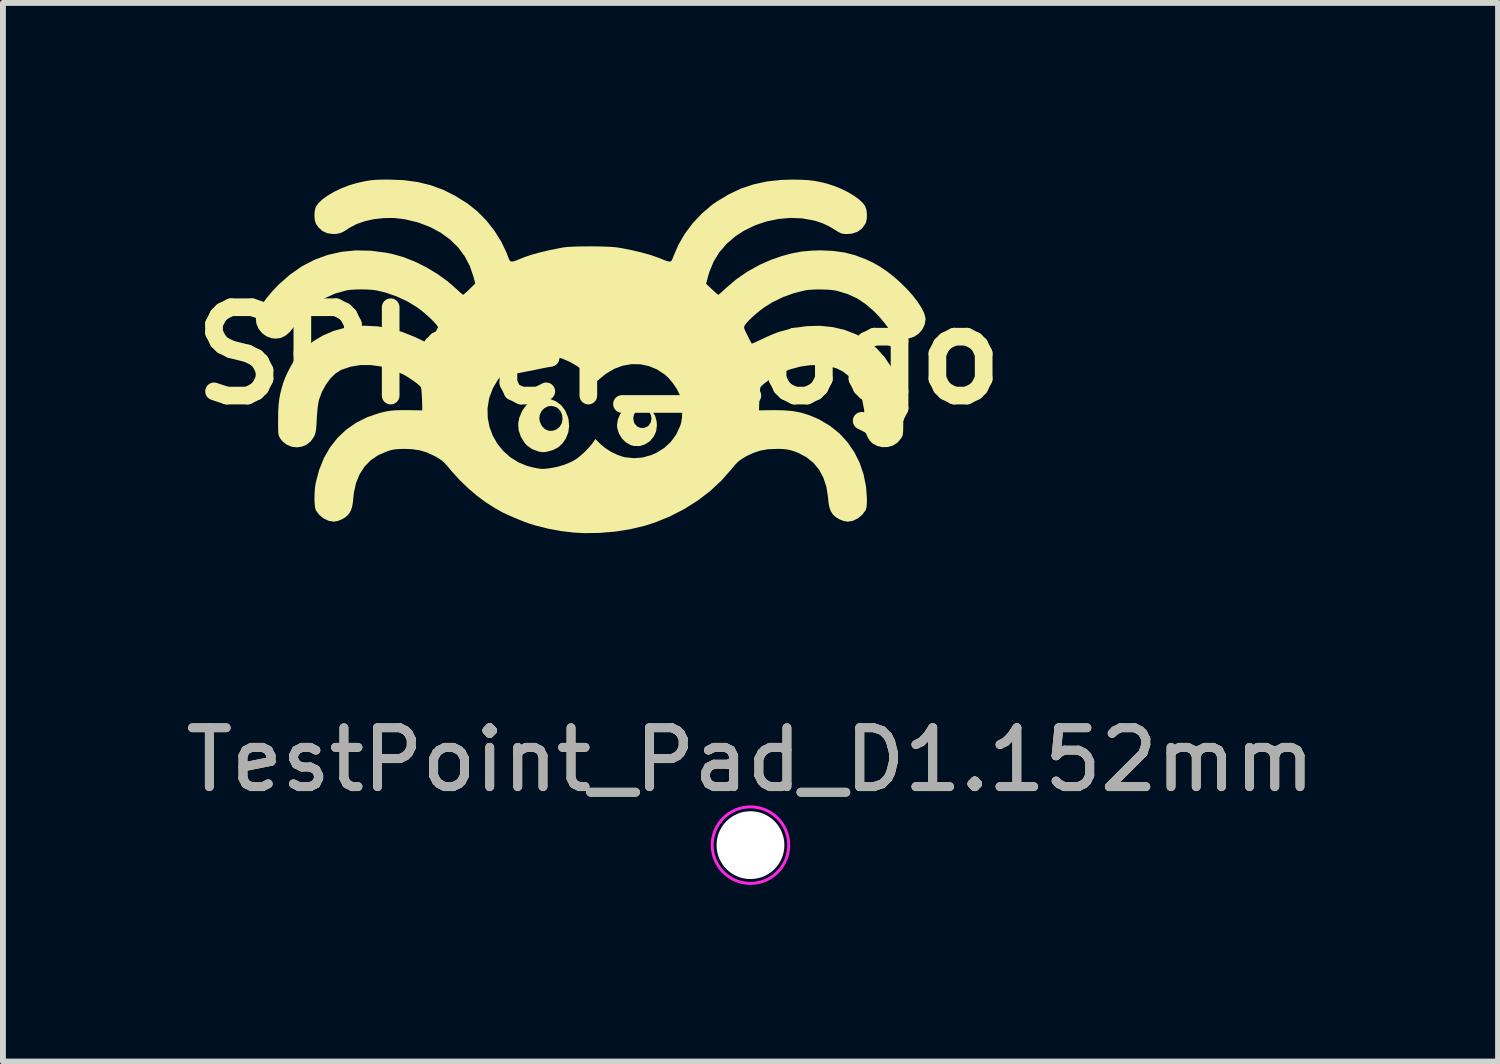
<source format=kicad_pcb>
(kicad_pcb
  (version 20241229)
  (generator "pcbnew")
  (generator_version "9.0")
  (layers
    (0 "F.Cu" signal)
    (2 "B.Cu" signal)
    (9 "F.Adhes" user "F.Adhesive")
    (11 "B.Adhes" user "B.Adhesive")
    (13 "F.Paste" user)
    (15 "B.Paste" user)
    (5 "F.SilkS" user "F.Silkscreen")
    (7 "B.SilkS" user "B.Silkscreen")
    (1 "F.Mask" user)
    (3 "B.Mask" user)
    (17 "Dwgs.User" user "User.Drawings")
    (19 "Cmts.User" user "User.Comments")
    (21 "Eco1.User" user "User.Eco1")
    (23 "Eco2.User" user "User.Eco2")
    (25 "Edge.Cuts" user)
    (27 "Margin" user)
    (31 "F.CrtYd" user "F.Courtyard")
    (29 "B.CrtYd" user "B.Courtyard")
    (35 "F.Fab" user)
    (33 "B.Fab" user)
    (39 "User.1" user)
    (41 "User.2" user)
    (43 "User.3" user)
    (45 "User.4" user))
  (footprint "SPIder_Logo"
    (layer "F.Cu")
    (at 7.121 2.99)
    (property "Reference" "SPIder_Logo" (at 0 0 0) (layer "F.SilkS") (effects (font (size 1.5 1.5) (thickness 0.3))))
    (attr board_only exclude_from_pos_files exclude_from_bom)
    (fp_poly (pts (xy 0.739 0.833) (xy 0.806 0.856) (xy 0.82 0.865) (xy 0.902 0.936) (xy 0.955 1.021) (xy 0.982 1.121) (xy 0.986 1.182) (xy 0.973 1.285) (xy 0.934 1.373) (xy 0.867 1.451) (xy 0.867 1.452) (xy 0.783 1.508) (xy 0.693 1.536) (xy 0.598 1.535) (xy 0.543 1.521) (xy 0.462 1.476) (xy 0.393 1.408) (xy 0.342 1.325) (xy 0.313 1.233) (xy 0.308 1.18) (xy 0.322 1.087) (xy 0.332 1.063) (xy 0.584 1.063) (xy 0.596 1.13) (xy 0.607 1.154) (xy 0.65 1.203) (xy 0.706 1.228) (xy 0.767 1.229) (xy 0.825 1.204) (xy 0.847 1.186) (xy 0.882 1.132) (xy 0.894 1.074) (xy 0.886 1.016) (xy 0.86 0.964) (xy 0.821 0.924) (xy 0.77 0.901) (xy 0.711 0.901) (xy 0.69 0.908) (xy 0.634 0.944) (xy 0.597 0.998) (xy 0.584 1.063) (xy 0.332 1.063) (xy 0.36 0.998) (xy 0.416 0.92) (xy 0.488 0.862) (xy 0.509 0.85) (xy 0.578 0.829) (xy 0.659 0.824)) (stroke (width 0) (type solid)) (fill yes) (layer "F.SilkS"))
    (fp_poly (pts (xy -0.823 0.738) (xy -0.723 0.779) (xy -0.638 0.844) (xy -0.572 0.932) (xy -0.526 1.041) (xy -0.514 1.088) (xy -0.505 1.199) (xy -0.52 1.306) (xy -0.559 1.405) (xy -0.617 1.491) (xy -0.692 1.559) (xy -0.782 1.605) (xy -0.793 1.608) (xy -0.863 1.628) (xy -0.914 1.638) (xy -0.957 1.639) (xy -1.001 1.633) (xy -1.026 1.627) (xy -1.134 1.588) (xy -1.221 1.526) (xy -1.26 1.483) (xy -1.326 1.375) (xy -1.363 1.264) (xy -1.37 1.153) (xy -1.355 1.074) (xy -1.011 1.074) (xy -1.003 1.118) (xy -0.969 1.194) (xy -0.919 1.247) (xy -0.856 1.276) (xy -0.786 1.277) (xy -0.723 1.255) (xy -0.667 1.211) (xy -0.631 1.151) (xy -0.617 1.082) (xy -0.623 1.011) (xy -0.649 0.946) (xy -0.696 0.894) (xy -0.73 0.873) (xy -0.8 0.854) (xy -0.867 0.862) (xy -0.926 0.893) (xy -0.973 0.941) (xy -1.003 1.003) (xy -1.011 1.074) (xy -1.355 1.074) (xy -1.352 1.056) (xy -1.302 0.937) (xy -1.236 0.845) (xy -1.153 0.779) (xy -1.054 0.739) (xy -0.939 0.725) (xy -0.936 0.725)) (stroke (width 0) (type solid)) (fill yes) (layer "F.SilkS"))
    (fp_poly (pts (xy -3.31 -2.98) (xy -3.075 -2.948) (xy -2.854 -2.894) (xy -2.642 -2.816) (xy -2.435 -2.711) (xy -2.227 -2.581) (xy -2.063 -2.45) (xy -1.91 -2.295) (xy -1.774 -2.122) (xy -1.657 -1.936) (xy -1.566 -1.744) (xy -1.542 -1.68) (xy -1.523 -1.632) (xy -1.507 -1.607) (xy -1.488 -1.598) (xy -1.473 -1.598) (xy -1.432 -1.606) (xy -1.386 -1.623) (xy -1.384 -1.624) (xy -1.274 -1.669) (xy -1.148 -1.712) (xy -1.003 -1.752) (xy -0.834 -1.792) (xy -0.639 -1.831) (xy -0.609 -1.837) (xy -0.553 -1.844) (xy -0.472 -1.849) (xy -0.373 -1.853) (xy -0.261 -1.855) (xy -0.143 -1.856) (xy -0.024 -1.855) (xy 0.089 -1.852) (xy 0.19 -1.848) (xy 0.272 -1.842) (xy 0.324 -1.836) (xy 0.523 -1.799) (xy 0.711 -1.756) (xy 0.882 -1.708) (xy 1.031 -1.656) (xy 1.107 -1.624) (xy 1.153 -1.607) (xy 1.194 -1.598) (xy 1.196 -1.598) (xy 1.219 -1.6) (xy 1.236 -1.615) (xy 1.253 -1.649) (xy 1.264 -1.68) (xy 1.349 -1.878) (xy 1.46 -2.069) (xy 1.595 -2.25) (xy 1.75 -2.414) (xy 1.92 -2.559) (xy 2 -2.615) (xy 2.206 -2.739) (xy 2.414 -2.837) (xy 2.629 -2.909) (xy 2.854 -2.958) (xy 3.095 -2.984) (xy 3.291 -2.99) (xy 3.435 -2.987) (xy 3.558 -2.98) (xy 3.667 -2.967) (xy 3.773 -2.947) (xy 3.869 -2.923) (xy 3.996 -2.882) (xy 4.119 -2.832) (xy 4.235 -2.774) (xy 4.338 -2.712) (xy 4.425 -2.648) (xy 4.49 -2.585) (xy 4.527 -2.53) (xy 4.546 -2.469) (xy 4.553 -2.395) (xy 4.55 -2.32) (xy 4.535 -2.257) (xy 4.528 -2.242) (xy 4.47 -2.16) (xy 4.395 -2.104) (xy 4.303 -2.073) (xy 4.216 -2.065) (xy 4.162 -2.067) (xy 4.121 -2.075) (xy 4.079 -2.094) (xy 4.026 -2.126) (xy 4.022 -2.129) (xy 3.91 -2.196) (xy 3.804 -2.246) (xy 3.693 -2.284) (xy 3.645 -2.297) (xy 3.454 -2.331) (xy 3.253 -2.339) (xy 3.05 -2.321) (xy 2.848 -2.279) (xy 2.653 -2.213) (xy 2.469 -2.124) (xy 2.323 -2.03) (xy 2.171 -1.9) (xy 2.047 -1.756) (xy 1.949 -1.597) (xy 1.877 -1.421) (xy 1.858 -1.358) (xy 1.822 -1.22) (xy 1.921 -1.126) (xy 1.966 -1.085) (xy 2.003 -1.052) (xy 2.025 -1.035) (xy 2.029 -1.033) (xy 2.043 -1.043) (xy 2.075 -1.07) (xy 2.119 -1.11) (xy 2.168 -1.155) (xy 2.336 -1.298) (xy 2.525 -1.428) (xy 2.726 -1.54) (xy 2.921 -1.626) (xy 3.108 -1.691) (xy 3.282 -1.738) (xy 3.452 -1.769) (xy 3.627 -1.784) (xy 3.761 -1.788) (xy 3.972 -1.779) (xy 4.166 -1.753) (xy 4.349 -1.706) (xy 4.531 -1.638) (xy 4.662 -1.576) (xy 4.78 -1.508) (xy 4.899 -1.427) (xy 5.016 -1.335) (xy 5.128 -1.235) (xy 5.234 -1.13) (xy 5.329 -1.024) (xy 5.41 -0.92) (xy 5.475 -0.82) (xy 5.522 -0.729) (xy 5.546 -0.649) (xy 5.549 -0.617) (xy 5.534 -0.527) (xy 5.494 -0.444) (xy 5.432 -0.373) (xy 5.355 -0.321) (xy 5.281 -0.296) (xy 5.187 -0.289) (xy 5.101 -0.308) (xy 5.022 -0.354) (xy 4.946 -0.429) (xy 4.898 -0.493) (xy 4.854 -0.552) (xy 4.796 -0.622) (xy 4.731 -0.694) (xy 4.678 -0.748) (xy 4.533 -0.874) (xy 4.383 -0.974) (xy 4.22 -1.048) (xy 4.041 -1.101) (xy 4.03 -1.104) (xy 3.959 -1.114) (xy 3.868 -1.121) (xy 3.766 -1.124) (xy 3.663 -1.123) (xy 3.57 -1.117) (xy 3.505 -1.109) (xy 3.316 -1.062) (xy 3.126 -0.993) (xy 2.945 -0.905) (xy 2.81 -0.821) (xy 2.742 -0.77) (xy 2.671 -0.712) (xy 2.603 -0.651) (xy 2.544 -0.594) (xy 2.5 -0.545) (xy 2.482 -0.521) (xy 2.471 -0.5) (xy 2.467 -0.481) (xy 2.471 -0.456) (xy 2.486 -0.419) (xy 2.514 -0.364) (xy 2.524 -0.343) (xy 2.553 -0.285) (xy 2.577 -0.239) (xy 2.593 -0.21) (xy 2.597 -0.203) (xy 2.612 -0.208) (xy 2.649 -0.223) (xy 2.703 -0.248) (xy 2.768 -0.279) (xy 2.777 -0.283) (xy 2.857 -0.321) (xy 2.941 -0.357) (xy 3.017 -0.388) (xy 3.067 -0.406) (xy 3.298 -0.467) (xy 3.527 -0.5) (xy 3.751 -0.507) (xy 3.968 -0.485) (xy 4.175 -0.437) (xy 4.37 -0.361) (xy 4.391 -0.351) (xy 4.563 -0.249) (xy 4.718 -0.124) (xy 4.852 0.024) (xy 4.964 0.19) (xy 5.051 0.372) (xy 5.085 0.47) (xy 5.116 0.576) (xy 5.139 0.67) (xy 5.154 0.76) (xy 5.164 0.856) (xy 5.169 0.966) (xy 5.17 1.079) (xy 5.17 1.176) (xy 5.169 1.248) (xy 5.167 1.3) (xy 5.163 1.336) (xy 5.157 1.362) (xy 5.147 1.382) (xy 5.134 1.403) (xy 5.102 1.444) (xy 5.07 1.479) (xy 5.064 1.484) (xy 4.989 1.53) (xy 4.903 1.553) (xy 4.813 1.554) (xy 4.727 1.534) (xy 4.651 1.493) (xy 4.603 1.446) (xy 4.564 1.384) (xy 4.537 1.317) (xy 4.522 1.235) (xy 4.516 1.134) (xy 4.516 1.101) (xy 4.505 0.916) (xy 4.472 0.747) (xy 4.419 0.596) (xy 4.346 0.465) (xy 4.255 0.356) (xy 4.145 0.27) (xy 4.043 0.219) (xy 3.904 0.177) (xy 3.749 0.159) (xy 3.584 0.163) (xy 3.413 0.188) (xy 3.243 0.235) (xy 3.078 0.303) (xy 3.058 0.313) (xy 2.994 0.348) (xy 2.926 0.39) (xy 2.861 0.435) (xy 2.804 0.478) (xy 2.763 0.515) (xy 2.745 0.537) (xy 2.739 0.562) (xy 2.734 0.611) (xy 2.729 0.676) (xy 2.726 0.746) (xy 2.72 0.93) (xy 2.967 0.926) (xy 3.14 0.929) (xy 3.291 0.941) (xy 3.428 0.967) (xy 3.56 1.007) (xy 3.695 1.062) (xy 3.751 1.089) (xy 3.928 1.194) (xy 4.086 1.321) (xy 4.222 1.469) (xy 4.337 1.636) (xy 4.429 1.819) (xy 4.496 2.016) (xy 4.538 2.226) (xy 4.552 2.418) (xy 4.552 2.5) (xy 4.548 2.558) (xy 4.541 2.598) (xy 4.529 2.628) (xy 4.473 2.704) (xy 4.399 2.764) (xy 4.316 2.805) (xy 4.23 2.82) (xy 4.226 2.82) (xy 4.159 2.809) (xy 4.087 2.781) (xy 4.02 2.74) (xy 3.973 2.695) (xy 3.942 2.647) (xy 3.92 2.592) (xy 3.905 2.524) (xy 3.894 2.434) (xy 3.892 2.406) (xy 3.865 2.231) (xy 3.814 2.075) (xy 3.741 1.938) (xy 3.644 1.821) (xy 3.525 1.725) (xy 3.384 1.65) (xy 3.321 1.627) (xy 3.259 1.607) (xy 3.204 1.595) (xy 3.146 1.588) (xy 3.073 1.584) (xy 3.021 1.584) (xy 2.874 1.59) (xy 2.744 1.613) (xy 2.62 1.654) (xy 2.512 1.705) (xy 2.434 1.75) (xy 2.371 1.797) (xy 2.313 1.854) (xy 2.253 1.927) (xy 2.086 2.118) (xy 1.894 2.297) (xy 1.68 2.461) (xy 1.449 2.607) (xy 1.203 2.733) (xy 0.948 2.836) (xy 0.778 2.89) (xy 0.536 2.948) (xy 0.277 2.989) (xy 0.014 3.011) (xy -0.245 3.015) (xy -0.417 3.006) (xy -0.641 2.98) (xy -0.865 2.938) (xy -1.077 2.885) (xy -1.189 2.85) (xy -1.257 2.825) (xy -1.338 2.793) (xy -1.425 2.757) (xy -1.509 2.721) (xy -1.583 2.687) (xy -1.64 2.66) (xy -1.655 2.652) (xy -1.708 2.622) (xy -1.762 2.591) (xy -1.768 2.588) (xy -1.916 2.494) (xy -2.07 2.38) (xy -2.222 2.25) (xy -2.366 2.111) (xy -2.494 1.97) (xy -2.536 1.919) (xy -2.6 1.844) (xy -2.66 1.787) (xy -2.728 1.74) (xy -2.79 1.705) (xy -2.918 1.646) (xy -3.042 1.608) (xy -3.174 1.589) (xy -3.298 1.584) (xy -3.386 1.586) (xy -3.454 1.591) (xy -3.512 1.601) (xy -3.572 1.617) (xy -3.596 1.625) (xy -3.744 1.689) (xy -3.872 1.775) (xy -3.978 1.883) (xy -4.062 2.012) (xy -4.123 2.16) (xy -4.16 2.326) (xy -4.169 2.406) (xy -4.179 2.502) (xy -4.193 2.576) (xy -4.213 2.633) (xy -4.241 2.682) (xy -4.25 2.695) (xy -4.298 2.741) (xy -4.365 2.781) (xy -4.437 2.809) (xy -4.503 2.82) (xy -4.588 2.806) (xy -4.672 2.767) (xy -4.746 2.708) (xy -4.803 2.633) (xy -4.806 2.628) (xy -4.818 2.588) (xy -4.826 2.525) (xy -4.83 2.447) (xy -4.829 2.36) (xy -4.824 2.273) (xy -4.814 2.192) (xy -4.809 2.162) (xy -4.751 1.942) (xy -4.67 1.74) (xy -4.565 1.558) (xy -4.438 1.397) (xy -4.289 1.256) (xy -4.12 1.139) (xy -3.931 1.044) (xy -3.724 0.974) (xy -3.614 0.948) (xy -3.543 0.936) (xy -3.461 0.929) (xy -3.361 0.926) (xy -3.244 0.926) (xy -2.998 0.93) (xy -2.999 0.897) (xy -1.891 0.897) (xy -1.887 1.057) (xy -1.857 1.212) (xy -1.802 1.359) (xy -1.724 1.496) (xy -1.625 1.618) (xy -1.506 1.724) (xy -1.371 1.81) (xy -1.22 1.873) (xy -1.11 1.901) (xy -1.044 1.914) (xy -0.997 1.921) (xy -0.958 1.924) (xy -0.917 1.922) (xy -0.862 1.916) (xy -0.818 1.91) (xy -0.703 1.888) (xy -0.585 1.853) (xy -0.474 1.807) (xy -0.387 1.759) (xy -0.319 1.706) (xy -0.244 1.639) (xy -0.174 1.567) (xy -0.116 1.499) (xy -0.105 1.483) (xy -0.059 1.416) (xy 0.028 1.503) (xy 0.111 1.572) (xy 0.21 1.635) (xy 0.316 1.686) (xy 0.418 1.72) (xy 0.445 1.726) (xy 0.598 1.742) (xy 0.743 1.73) (xy 0.888 1.69) (xy 0.981 1.649) (xy 1.111 1.568) (xy 1.223 1.464) (xy 1.313 1.34) (xy 1.379 1.198) (xy 1.396 1.148) (xy 1.411 1.062) (xy 1.416 0.959) (xy 1.411 0.85) (xy 1.396 0.748) (xy 1.372 0.663) (xy 1.372 0.663) (xy 1.324 0.566) (xy 1.258 0.468) (xy 1.183 0.379) (xy 1.12 0.321) (xy 0.989 0.235) (xy 0.848 0.177) (xy 0.702 0.147) (xy 0.553 0.145) (xy 0.405 0.171) (xy 0.262 0.224) (xy 0.125 0.305) (xy 0.041 0.372) (xy -0.006 0.413) (xy -0.045 0.444) (xy -0.07 0.461) (xy -0.074 0.462) (xy -0.092 0.45) (xy -0.115 0.421) (xy -0.123 0.409) (xy -0.187 0.328) (xy -0.274 0.247) (xy -0.379 0.172) (xy -0.494 0.106) (xy -0.613 0.054) (xy -0.714 0.024) (xy -0.879 0.001) (xy -1.042 0.007) (xy -1.199 0.041) (xy -1.348 0.099) (xy -1.485 0.181) (xy -1.607 0.284) (xy -1.712 0.406) (xy -1.796 0.546) (xy -1.856 0.702) (xy -1.865 0.735) (xy -1.891 0.897) (xy -2.999 0.897) (xy -3.003 0.746) (xy -3.007 0.672) (xy -3.011 0.608) (xy -3.017 0.56) (xy -3.022 0.537) (xy -3.046 0.51) (xy -3.089 0.472) (xy -3.147 0.429) (xy -3.214 0.384) (xy -3.281 0.342) (xy -3.336 0.313) (xy -3.514 0.236) (xy -3.695 0.185) (xy -3.874 0.16) (xy -4.048 0.16) (xy -4.213 0.187) (xy -4.366 0.239) (xy -4.383 0.247) (xy -4.474 0.305) (xy -4.56 0.389) (xy -4.637 0.494) (xy -4.702 0.613) (xy -4.751 0.743) (xy -4.756 0.763) (xy -4.766 0.814) (xy -4.776 0.887) (xy -4.784 0.973) (xy -4.79 1.063) (xy -4.791 1.079) (xy -4.796 1.17) (xy -4.801 1.238) (xy -4.808 1.288) (xy -4.818 1.326) (xy -4.831 1.361) (xy -4.84 1.379) (xy -4.894 1.457) (xy -4.965 1.513) (xy -5.046 1.547) (xy -5.134 1.558) (xy -5.221 1.546) (xy -5.304 1.511) (xy -5.375 1.454) (xy -5.414 1.403) (xy -5.426 1.382) (xy -5.435 1.359) (xy -5.442 1.33) (xy -5.445 1.29) (xy -5.447 1.233) (xy -5.448 1.154) (xy -5.447 1.079) (xy -5.446 0.95) (xy -5.44 0.844) (xy -5.43 0.75) (xy -5.414 0.66) (xy -5.39 0.565) (xy -5.363 0.47) (xy -5.328 0.375) (xy -5.279 0.269) (xy -5.222 0.162) (xy -5.164 0.067) (xy -5.131 0.022) (xy -5.002 -0.121) (xy -4.852 -0.243) (xy -4.683 -0.344) (xy -4.498 -0.422) (xy -4.301 -0.476) (xy -4.093 -0.504) (xy -3.976 -0.508) (xy -3.761 -0.497) (xy -3.551 -0.463) (xy -3.342 -0.403) (xy -3.126 -0.317) (xy -3.054 -0.283) (xy -2.988 -0.252) (xy -2.932 -0.226) (xy -2.892 -0.209) (xy -2.874 -0.203) (xy -2.874 -0.203) (xy -2.865 -0.218) (xy -2.846 -0.255) (xy -2.82 -0.307) (xy -2.8 -0.346) (xy -2.731 -0.484) (xy -2.759 -0.525) (xy -2.796 -0.568) (xy -2.851 -0.623) (xy -2.918 -0.685) (xy -2.989 -0.746) (xy -3.059 -0.8) (xy -3.088 -0.821) (xy -3.252 -0.921) (xy -3.435 -1.006) (xy -3.626 -1.072) (xy -3.783 -1.109) (xy -3.855 -1.118) (xy -3.946 -1.123) (xy -4.045 -1.125) (xy -4.143 -1.122) (xy -4.229 -1.117) (xy -4.288 -1.108) (xy -4.483 -1.053) (xy -4.665 -0.97) (xy -4.833 -0.86) (xy -4.988 -0.722) (xy -5.129 -0.557) (xy -5.172 -0.497) (xy -5.248 -0.402) (xy -5.326 -0.336) (xy -5.409 -0.298) (xy -5.498 -0.289) (xy -5.559 -0.296) (xy -5.646 -0.328) (xy -5.721 -0.383) (xy -5.779 -0.456) (xy -5.816 -0.541) (xy -5.826 -0.617) (xy -5.814 -0.687) (xy -5.778 -0.772) (xy -5.722 -0.868) (xy -5.646 -0.974) (xy -5.552 -1.086) (xy -5.444 -1.201) (xy -5.434 -1.21) (xy -5.243 -1.378) (xy -5.042 -1.518) (xy -4.829 -1.628) (xy -4.606 -1.71) (xy -4.372 -1.763) (xy -4.129 -1.787) (xy -3.875 -1.782) (xy -3.612 -1.748) (xy -3.506 -1.726) (xy -3.318 -1.673) (xy -3.123 -1.596) (xy -2.928 -1.499) (xy -2.742 -1.387) (xy -2.57 -1.263) (xy -2.445 -1.155) (xy -2.393 -1.107) (xy -2.349 -1.068) (xy -2.318 -1.041) (xy -2.305 -1.033) (xy -2.291 -1.043) (xy -2.26 -1.07) (xy -2.218 -1.109) (xy -2.197 -1.129) (xy -2.099 -1.225) (xy -2.128 -1.336) (xy -2.19 -1.519) (xy -2.278 -1.687) (xy -2.391 -1.839) (xy -2.528 -1.973) (xy -2.686 -2.088) (xy -2.865 -2.184) (xy -3.064 -2.26) (xy -3.281 -2.313) (xy -3.327 -2.321) (xy -3.489 -2.338) (xy -3.654 -2.336) (xy -3.818 -2.318) (xy -3.974 -2.283) (xy -4.115 -2.234) (xy -4.235 -2.171) (xy -4.254 -2.158) (xy -4.326 -2.111) (xy -4.386 -2.083) (xy -4.446 -2.069) (xy -4.506 -2.065) (xy -4.609 -2.078) (xy -4.695 -2.116) (xy -4.765 -2.181) (xy -4.806 -2.242) (xy -4.824 -2.299) (xy -4.831 -2.371) (xy -4.827 -2.447) (xy -4.812 -2.514) (xy -4.805 -2.53) (xy -4.762 -2.591) (xy -4.694 -2.655) (xy -4.605 -2.719) (xy -4.499 -2.781) (xy -4.381 -2.838) (xy -4.255 -2.888) (xy -4.127 -2.927) (xy -4.1 -2.934) (xy -4.01 -2.954) (xy -3.933 -2.969) (xy -3.863 -2.979) (xy -3.789 -2.986) (xy -3.705 -2.989) (xy -3.6 -2.99) (xy -3.563 -2.99)) (stroke (width 0) (type solid)) (fill yes) (layer "F.SilkS")))
  (footprint "TestPoint_Pad_D1.152mm"
    (layer "F.Cu")
    (at 9.696 11.304)
    (property "Reference" "TestPoint_Pad_D1.152mm" (at 0 -1.448 0) (layer "F.SilkS") (effects (font (size 1 1) (thickness 0.15))))
    (attr exclude_from_pos_files exclude_from_bom)
    (fp_circle (center 0 0) (end 0.65 0) (stroke (width 0.05) (type solid)) (fill no) (layer "F.CrtYd"))
    (fp_text user "${REFERENCE}" (at 0 -1.45 0) (layer "F.Fab") (effects (font (size 1 1) (thickness 0.15))))
    (pad "" np_thru_hole circle (at 0 0) (size 1.152 1.152) (drill 1.152) (layers "*.Cu" "*.Mask")))
  (gr_rect
    (start -3 -3)
    (end 22.393 14.979)
    (stroke (width 0.1) (type default))
    (fill no)
    (layer "Edge.Cuts")))
</source>
